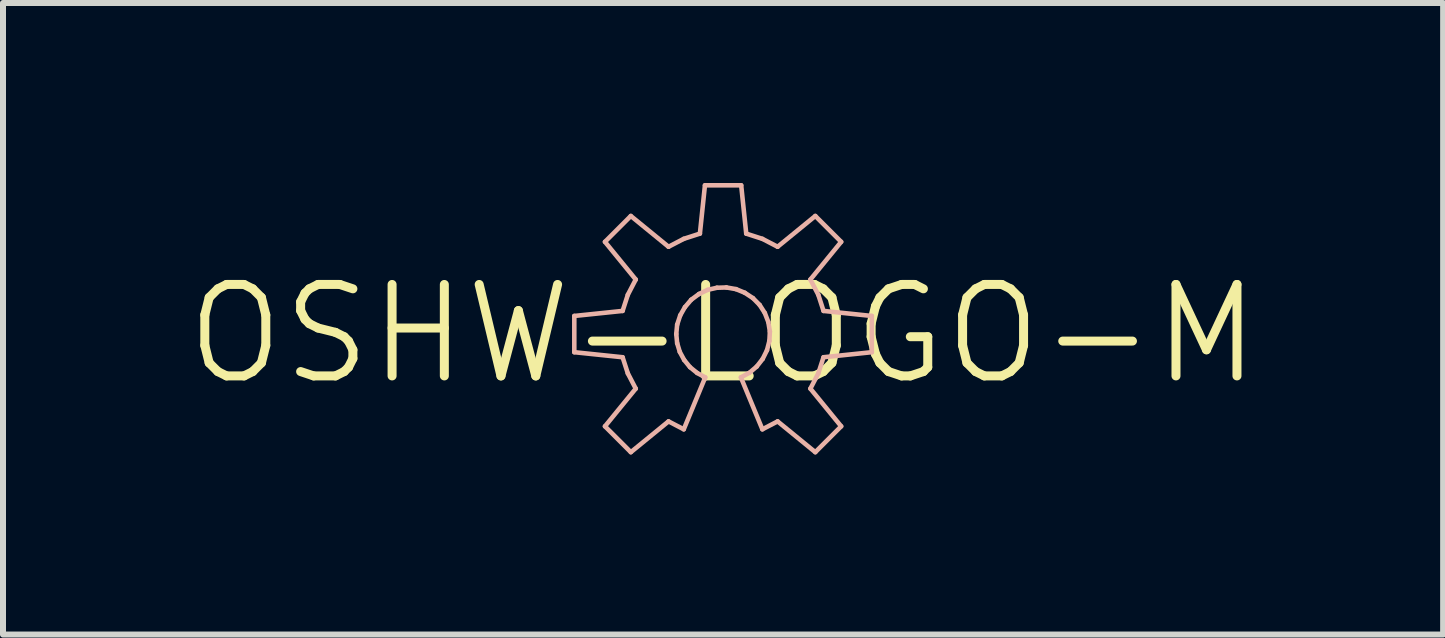
<source format=kicad_pcb>
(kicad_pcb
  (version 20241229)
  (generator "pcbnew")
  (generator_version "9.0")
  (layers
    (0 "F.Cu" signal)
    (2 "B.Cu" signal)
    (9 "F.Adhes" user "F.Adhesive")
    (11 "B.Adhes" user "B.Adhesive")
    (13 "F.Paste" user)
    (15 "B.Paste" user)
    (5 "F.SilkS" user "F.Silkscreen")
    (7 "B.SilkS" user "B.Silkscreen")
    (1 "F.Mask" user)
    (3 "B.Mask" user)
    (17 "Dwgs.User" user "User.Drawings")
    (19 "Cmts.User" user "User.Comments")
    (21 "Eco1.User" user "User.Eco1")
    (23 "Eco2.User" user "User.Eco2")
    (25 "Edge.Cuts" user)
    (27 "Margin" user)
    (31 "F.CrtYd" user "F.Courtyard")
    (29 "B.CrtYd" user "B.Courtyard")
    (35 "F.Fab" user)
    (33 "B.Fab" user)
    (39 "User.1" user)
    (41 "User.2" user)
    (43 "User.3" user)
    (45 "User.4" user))
  (footprint "OSHW-LOGO-M"
    (layer "F.Cu")
    (at 8.999 2.517)
    (property "Reference" "OSHW-LOGO-M" (at 0 0 0) (layer "F.SilkS") (effects (font (size 1.524 1.524) (thickness 0.15))))
    (attr exclude_from_pos_files exclude_from_bom)
    (fp_line (start -2.479 -0.302) (end -2.479 0.302) (stroke (width 0.076) (type solid)) (layer "B.SilkS"))
    (fp_line (start -2.479 0.302) (end -1.674 0.386) (stroke (width 0.076) (type solid)) (layer "B.SilkS"))
    (fp_line (start -1.968 -1.537) (end -1.455 -0.909) (stroke (width 0.076) (type solid)) (layer "B.SilkS"))
    (fp_line (start -1.968 1.537) (end -1.537 1.968) (stroke (width 0.076) (type solid)) (layer "B.SilkS"))
    (fp_line (start -1.674 -0.386) (end -2.479 -0.302) (stroke (width 0.076) (type solid)) (layer "B.SilkS"))
    (fp_line (start -1.674 0.386) (end -1.587 0.655) (stroke (width 0.076) (type solid)) (layer "B.SilkS"))
    (fp_line (start -1.587 -0.655) (end -1.674 -0.386) (stroke (width 0.076) (type solid)) (layer "B.SilkS"))
    (fp_line (start -1.587 0.655) (end -1.455 0.909) (stroke (width 0.076) (type solid)) (layer "B.SilkS"))
    (fp_line (start -1.537 -1.968) (end -1.968 -1.537) (stroke (width 0.076) (type solid)) (layer "B.SilkS"))
    (fp_line (start -1.537 1.968) (end -0.909 1.455) (stroke (width 0.076) (type solid)) (layer "B.SilkS"))
    (fp_line (start -1.455 -0.909) (end -1.587 -0.655) (stroke (width 0.076) (type solid)) (layer "B.SilkS"))
    (fp_line (start -1.455 0.909) (end -1.968 1.537) (stroke (width 0.076) (type solid)) (layer "B.SilkS"))
    (fp_line (start -0.909 -1.455) (end -1.537 -1.968) (stroke (width 0.076) (type solid)) (layer "B.SilkS"))
    (fp_line (start -0.909 1.455) (end -0.655 1.587) (stroke (width 0.076) (type solid)) (layer "B.SilkS"))
    (fp_line (start -0.78 0) (end -0.765 -0.157) (stroke (width 0.076) (type solid)) (layer "B.SilkS"))
    (fp_line (start -0.765 -0.157) (end -0.714 -0.312) (stroke (width 0.076) (type solid)) (layer "B.SilkS"))
    (fp_line (start -0.765 0.152) (end -0.78 0) (stroke (width 0.076) (type solid)) (layer "B.SilkS"))
    (fp_line (start -0.721 0.297) (end -0.765 0.152) (stroke (width 0.076) (type solid)) (layer "B.SilkS"))
    (fp_line (start -0.714 -0.312) (end -0.635 -0.45) (stroke (width 0.076) (type solid)) (layer "B.SilkS"))
    (fp_line (start -0.655 -1.587) (end -0.909 -1.455) (stroke (width 0.076) (type solid)) (layer "B.SilkS"))
    (fp_line (start -0.655 1.587) (end -0.297 0.721) (stroke (width 0.076) (type solid)) (layer "B.SilkS"))
    (fp_line (start -0.648 0.432) (end -0.721 0.297) (stroke (width 0.076) (type solid)) (layer "B.SilkS"))
    (fp_line (start -0.635 -0.45) (end -0.531 -0.572) (stroke (width 0.076) (type solid)) (layer "B.SilkS"))
    (fp_line (start -0.551 0.551) (end -0.648 0.432) (stroke (width 0.076) (type solid)) (layer "B.SilkS"))
    (fp_line (start -0.531 -0.572) (end -0.401 -0.668) (stroke (width 0.076) (type solid)) (layer "B.SilkS"))
    (fp_line (start -0.432 0.648) (end -0.551 0.551) (stroke (width 0.076) (type solid)) (layer "B.SilkS"))
    (fp_line (start -0.401 -0.668) (end -0.257 -0.737) (stroke (width 0.076) (type solid)) (layer "B.SilkS"))
    (fp_line (start -0.386 -1.674) (end -0.655 -1.587) (stroke (width 0.076) (type solid)) (layer "B.SilkS"))
    (fp_line (start -0.302 -2.479) (end -0.386 -1.674) (stroke (width 0.076) (type solid)) (layer "B.SilkS"))
    (fp_line (start -0.297 0.721) (end -0.432 0.648) (stroke (width 0.076) (type solid)) (layer "B.SilkS"))
    (fp_line (start -0.257 -0.737) (end -0.102 -0.772) (stroke (width 0.076) (type solid)) (layer "B.SilkS"))
    (fp_line (start -0.102 -0.772) (end 0.056 -0.777) (stroke (width 0.076) (type solid)) (layer "B.SilkS"))
    (fp_line (start 0.056 -0.777) (end 0.216 -0.749) (stroke (width 0.076) (type solid)) (layer "B.SilkS"))
    (fp_line (start 0.216 -0.749) (end 0.363 -0.688) (stroke (width 0.076) (type solid)) (layer "B.SilkS"))
    (fp_line (start 0.297 0.721) (end 0.655 1.587) (stroke (width 0.076) (type solid)) (layer "B.SilkS"))
    (fp_line (start 0.302 -2.479) (end -0.302 -2.479) (stroke (width 0.076) (type solid)) (layer "B.SilkS"))
    (fp_line (start 0.363 -0.688) (end 0.498 -0.599) (stroke (width 0.076) (type solid)) (layer "B.SilkS"))
    (fp_line (start 0.386 -1.674) (end 0.302 -2.479) (stroke (width 0.076) (type solid)) (layer "B.SilkS"))
    (fp_line (start 0.439 0.645) (end 0.297 0.721) (stroke (width 0.076) (type solid)) (layer "B.SilkS"))
    (fp_line (start 0.498 -0.599) (end 0.61 -0.485) (stroke (width 0.076) (type solid)) (layer "B.SilkS"))
    (fp_line (start 0.561 0.541) (end 0.439 0.645) (stroke (width 0.076) (type solid)) (layer "B.SilkS"))
    (fp_line (start 0.61 -0.485) (end 0.696 -0.351) (stroke (width 0.076) (type solid)) (layer "B.SilkS"))
    (fp_line (start 0.655 -1.587) (end 0.386 -1.674) (stroke (width 0.076) (type solid)) (layer "B.SilkS"))
    (fp_line (start 0.655 1.587) (end 0.909 1.455) (stroke (width 0.076) (type solid)) (layer "B.SilkS"))
    (fp_line (start 0.66 0.414) (end 0.561 0.541) (stroke (width 0.076) (type solid)) (layer "B.SilkS"))
    (fp_line (start 0.696 -0.351) (end 0.754 -0.201) (stroke (width 0.076) (type solid)) (layer "B.SilkS"))
    (fp_line (start 0.732 0.269) (end 0.66 0.414) (stroke (width 0.076) (type solid)) (layer "B.SilkS"))
    (fp_line (start 0.754 -0.201) (end 0.78 -0.043) (stroke (width 0.076) (type solid)) (layer "B.SilkS"))
    (fp_line (start 0.772 0.114) (end 0.732 0.269) (stroke (width 0.076) (type solid)) (layer "B.SilkS"))
    (fp_line (start 0.78 -0.043) (end 0.772 0.114) (stroke (width 0.076) (type solid)) (layer "B.SilkS"))
    (fp_line (start 0.909 -1.455) (end 0.655 -1.587) (stroke (width 0.076) (type solid)) (layer "B.SilkS"))
    (fp_line (start 0.909 1.455) (end 1.537 1.968) (stroke (width 0.076) (type solid)) (layer "B.SilkS"))
    (fp_line (start 1.455 -0.909) (end 1.968 -1.537) (stroke (width 0.076) (type solid)) (layer "B.SilkS"))
    (fp_line (start 1.455 0.909) (end 1.587 0.655) (stroke (width 0.076) (type solid)) (layer "B.SilkS"))
    (fp_line (start 1.537 -1.968) (end 0.909 -1.455) (stroke (width 0.076) (type solid)) (layer "B.SilkS"))
    (fp_line (start 1.537 1.968) (end 1.968 1.537) (stroke (width 0.076) (type solid)) (layer "B.SilkS"))
    (fp_line (start 1.587 -0.655) (end 1.455 -0.909) (stroke (width 0.076) (type solid)) (layer "B.SilkS"))
    (fp_line (start 1.587 0.655) (end 1.674 0.386) (stroke (width 0.076) (type solid)) (layer "B.SilkS"))
    (fp_line (start 1.674 -0.386) (end 1.587 -0.655) (stroke (width 0.076) (type solid)) (layer "B.SilkS"))
    (fp_line (start 1.674 0.386) (end 2.479 0.302) (stroke (width 0.076) (type solid)) (layer "B.SilkS"))
    (fp_line (start 1.968 -1.537) (end 1.537 -1.968) (stroke (width 0.076) (type solid)) (layer "B.SilkS"))
    (fp_line (start 1.968 1.537) (end 1.455 0.909) (stroke (width 0.076) (type solid)) (layer "B.SilkS"))
    (fp_line (start 2.479 -0.302) (end 1.674 -0.386) (stroke (width 0.076) (type solid)) (layer "B.SilkS"))
    (fp_line (start 2.479 0.302) (end 2.479 -0.302) (stroke (width 0.076) (type solid)) (layer "B.SilkS")))
  (gr_rect
    (start -3 -3)
    (end 20.998 7.524)
    (stroke (width 0.1) (type default))
    (fill no)
    (layer "Edge.Cuts")))
</source>
